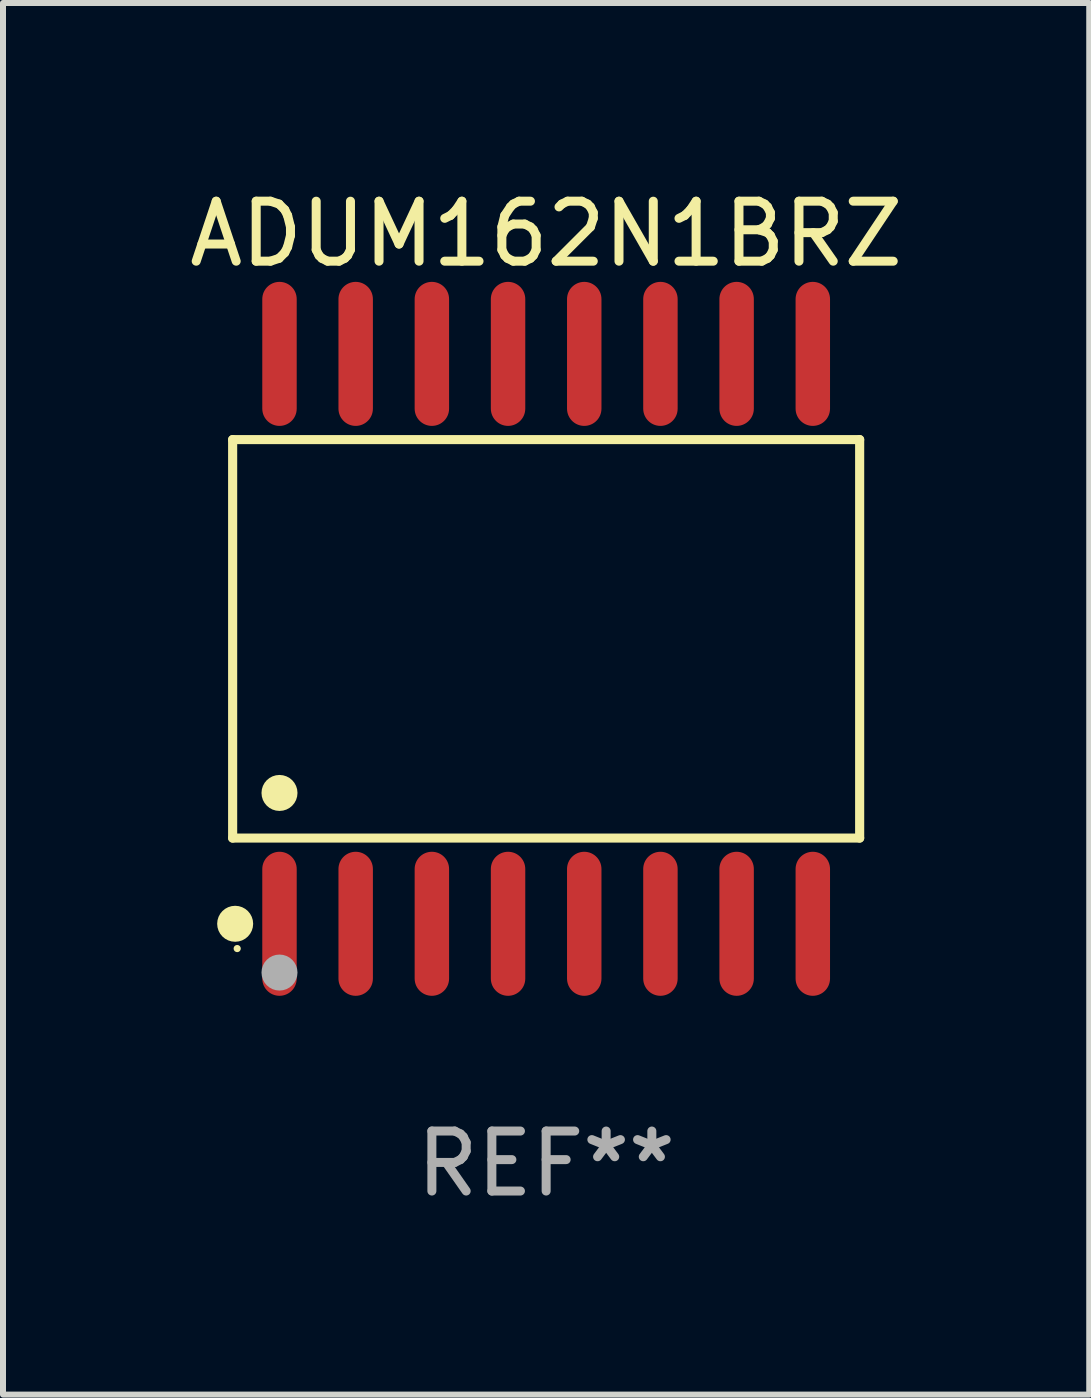
<source format=kicad_pcb>
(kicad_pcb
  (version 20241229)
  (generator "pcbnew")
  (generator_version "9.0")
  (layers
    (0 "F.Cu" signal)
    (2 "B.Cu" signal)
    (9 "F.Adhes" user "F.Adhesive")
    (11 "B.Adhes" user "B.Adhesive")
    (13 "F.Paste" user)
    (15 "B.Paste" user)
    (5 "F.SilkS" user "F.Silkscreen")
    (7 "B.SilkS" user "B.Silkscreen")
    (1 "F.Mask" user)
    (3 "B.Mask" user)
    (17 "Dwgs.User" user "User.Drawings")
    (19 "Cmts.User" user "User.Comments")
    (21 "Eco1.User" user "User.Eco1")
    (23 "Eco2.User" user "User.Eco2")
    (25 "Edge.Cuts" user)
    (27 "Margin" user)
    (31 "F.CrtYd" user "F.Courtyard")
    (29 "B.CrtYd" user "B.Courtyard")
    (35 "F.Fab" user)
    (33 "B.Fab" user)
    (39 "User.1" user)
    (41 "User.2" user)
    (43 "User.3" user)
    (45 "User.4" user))
  (footprint "ADUM162N1BRZ"
    (layer "F.Cu")
    (at 6.054 7.599)
    (property "Reference" "ADUM162N1BRZ" (at 0 -6.75 0) (layer "F.SilkS") (effects (font (size 1 1) (thickness 0.15))))
    (attr through_hole)
    (fp_line (start -5.226 -3.321) (end 5.226 -3.321) (stroke (width 0.152) (type solid)) (layer "F.SilkS"))
    (fp_line (start -5.226 3.321) (end -5.226 -3.321) (stroke (width 0.152) (type solid)) (layer "F.SilkS"))
    (fp_line (start 5.226 -3.321) (end 5.226 3.321) (stroke (width 0.152) (type solid)) (layer "F.SilkS"))
    (fp_line (start 5.226 3.321) (end -5.226 3.321) (stroke (width 0.152) (type solid)) (layer "F.SilkS"))
    (fp_circle (center -5.184 4.75) (end -5.034 4.75) (stroke (width 0.3) (type solid)) (fill no) (layer "F.SilkS"))
    (fp_circle (center -5.15 5.163) (end -5.12 5.163) (stroke (width 0.06) (type solid)) (fill no) (layer "F.SilkS"))
    (fp_circle (center -4.445 2.569) (end -4.295 2.569) (stroke (width 0.3) (type solid)) (fill no) (layer "F.SilkS"))
    (fp_circle (center -4.445 5.563) (end -4.295 5.563) (stroke (width 0.3) (type solid)) (fill no) (layer "F.Fab"))
    (fp_text user "REF**" (at 0 8.75 0) (layer "F.Fab") (effects (font (size 1 1) (thickness 0.15))))
    (pad "1" smd oval (at -4.445 4.75) (size 0.574 2.401) (layers "F.Cu" "F.Mask" "F.Paste"))
    (pad "2" smd oval (at -3.175 4.75) (size 0.574 2.401) (layers "F.Cu" "F.Mask" "F.Paste"))
    (pad "3" smd oval (at -1.905 4.75) (size 0.574 2.401) (layers "F.Cu" "F.Mask" "F.Paste"))
    (pad "4" smd oval (at -0.635 4.75) (size 0.574 2.401) (layers "F.Cu" "F.Mask" "F.Paste"))
    (pad "5" smd oval (at 0.635 4.75) (size 0.574 2.401) (layers "F.Cu" "F.Mask" "F.Paste"))
    (pad "6" smd oval (at 1.905 4.75) (size 0.574 2.401) (layers "F.Cu" "F.Mask" "F.Paste"))
    (pad "7" smd oval (at 3.175 4.75) (size 0.574 2.401) (layers "F.Cu" "F.Mask" "F.Paste"))
    (pad "8" smd oval (at 4.445 4.75) (size 0.574 2.401) (layers "F.Cu" "F.Mask" "F.Paste"))
    (pad "9" smd oval (at 4.445 -4.75) (size 0.574 2.401) (layers "F.Cu" "F.Mask" "F.Paste"))
    (pad "10" smd oval (at 3.175 -4.75) (size 0.574 2.401) (layers "F.Cu" "F.Mask" "F.Paste"))
    (pad "11" smd oval (at 1.905 -4.75) (size 0.574 2.401) (layers "F.Cu" "F.Mask" "F.Paste"))
    (pad "12" smd oval (at 0.635 -4.75) (size 0.574 2.401) (layers "F.Cu" "F.Mask" "F.Paste"))
    (pad "13" smd oval (at -0.635 -4.75) (size 0.574 2.401) (layers "F.Cu" "F.Mask" "F.Paste"))
    (pad "14" smd oval (at -1.905 -4.75) (size 0.574 2.401) (layers "F.Cu" "F.Mask" "F.Paste"))
    (pad "15" smd oval (at -3.175 -4.75) (size 0.574 2.401) (layers "F.Cu" "F.Mask" "F.Paste"))
    (pad "16" smd oval (at -4.445 -4.75) (size 0.574 2.401) (layers "F.Cu" "F.Mask" "F.Paste")))
  (gr_rect
    (start -3 -3)
    (end 15.107 20.197)
    (stroke (width 0.1) (type default))
    (fill no)
    (layer "Edge.Cuts")))
</source>
